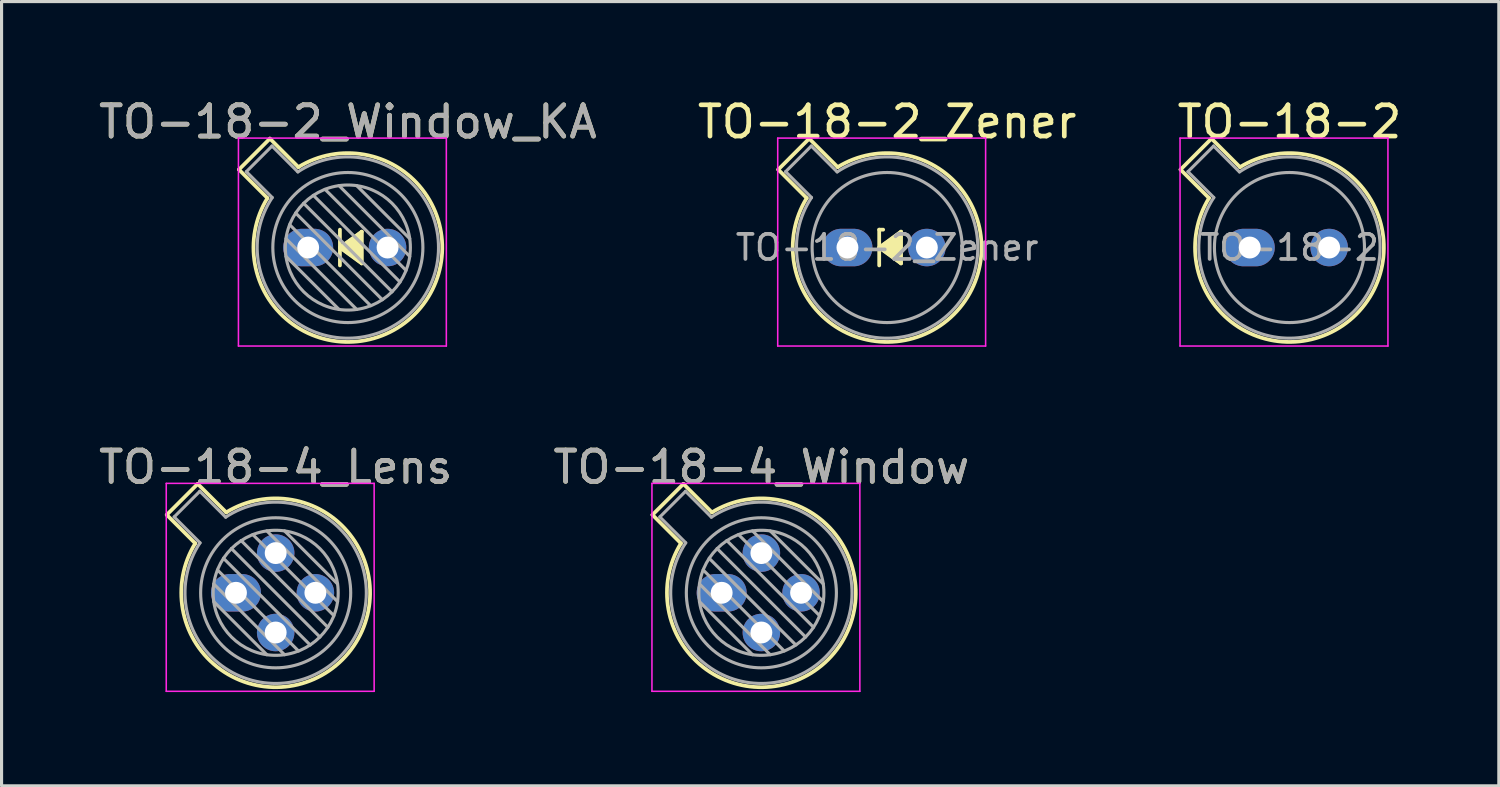
<source format=kicad_pcb>
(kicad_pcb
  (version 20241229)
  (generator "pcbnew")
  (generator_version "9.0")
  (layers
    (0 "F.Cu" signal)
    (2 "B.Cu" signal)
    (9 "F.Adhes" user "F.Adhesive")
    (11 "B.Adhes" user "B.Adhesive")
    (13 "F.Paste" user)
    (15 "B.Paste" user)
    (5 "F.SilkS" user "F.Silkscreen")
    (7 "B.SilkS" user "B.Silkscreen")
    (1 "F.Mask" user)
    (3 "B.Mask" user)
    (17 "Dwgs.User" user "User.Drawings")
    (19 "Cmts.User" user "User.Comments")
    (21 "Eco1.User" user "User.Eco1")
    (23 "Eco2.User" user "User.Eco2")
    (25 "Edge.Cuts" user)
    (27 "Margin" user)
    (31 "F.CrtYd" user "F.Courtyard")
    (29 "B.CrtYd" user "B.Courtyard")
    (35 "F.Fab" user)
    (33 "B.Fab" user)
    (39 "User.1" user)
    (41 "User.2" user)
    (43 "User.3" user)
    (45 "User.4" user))
  (footprint "TO-18-4_Window"
    (layer "F.Cu")
    (at 20.034 15.912)
    (property "Reference" "TO-18-4_Window" (at 1.27 -4.02 0) (layer "F.SilkS") (effects (font (size 1 1) (thickness 0.15))))
    (attr through_hole)
    (fp_line (start -2.214 -2.494) (end -1.302 -1.582) (stroke (width 0.12) (type solid)) (layer "F.SilkS"))
    (fp_line (start -1.224 -3.484) (end -2.214 -2.494) (stroke (width 0.12) (type solid)) (layer "F.SilkS"))
    (fp_line (start -0.312 -2.572) (end -1.224 -3.484) (stroke (width 0.12) (type solid)) (layer "F.SilkS"))
    (fp_arc (start -0.312331 -2.572281) (mid 3.405374 2.135551) (end -1.30215 -1.582544) (stroke (width 0.12) (type solid)) (layer "F.SilkS"))
    (fp_line (start -2.23 -3.5) (end -2.23 3.15) (stroke (width 0.05) (type solid)) (layer "F.CrtYd"))
    (fp_line (start -2.23 3.15) (end 4.42 3.15) (stroke (width 0.05) (type solid)) (layer "F.CrtYd"))
    (fp_line (start 4.42 -3.5) (end -2.23 -3.5) (stroke (width 0.05) (type solid)) (layer "F.CrtYd"))
    (fp_line (start 4.42 3.15) (end 4.42 -3.5) (stroke (width 0.05) (type solid)) (layer "F.CrtYd"))
    (fp_line (start -1.977 -2.426) (end -1.149 -1.599) (stroke (width 0.1) (type solid)) (layer "F.Fab"))
    (fp_line (start -1.156 -3.247) (end -1.977 -2.426) (stroke (width 0.1) (type solid)) (layer "F.Fab"))
    (fp_line (start -0.71 -0.283) (end 1.553 1.98) (stroke (width 0.1) (type solid)) (layer "F.Fab"))
    (fp_line (start -0.71 0.283) (end 0.987 1.98) (stroke (width 0.1) (type solid)) (layer "F.Fab"))
    (fp_line (start -0.592 -0.731) (end 2.001 1.862) (stroke (width 0.1) (type solid)) (layer "F.Fab"))
    (fp_line (start -0.399 -1.103) (end 2.373 1.669) (stroke (width 0.1) (type solid)) (layer "F.Fab"))
    (fp_line (start -0.329 -2.419) (end -1.156 -3.247) (stroke (width 0.1) (type solid)) (layer "F.Fab"))
    (fp_line (start -0.145 -1.415) (end 2.685 1.415) (stroke (width 0.1) (type solid)) (layer "F.Fab"))
    (fp_line (start 0.167 -1.669) (end 2.939 1.103) (stroke (width 0.1) (type solid)) (layer "F.Fab"))
    (fp_line (start 0.539 -1.862) (end 3.132 0.731) (stroke (width 0.1) (type solid)) (layer "F.Fab"))
    (fp_line (start 0.987 -1.98) (end 3.25 0.283) (stroke (width 0.1) (type solid)) (layer "F.Fab"))
    (fp_line (start 1.553 -1.98) (end 3.25 -0.283) (stroke (width 0.1) (type solid)) (layer "F.Fab"))
    (fp_arc (start -0.329057 -2.419301) (mid 3.321075 2.050145) (end -1.150029 -1.597956) (stroke (width 0.1) (type solid)) (layer "F.Fab"))
    (fp_circle (center 1.27 0) (end 3.27 0) (stroke (width 0.1) (type solid)) (fill no) (layer "F.Fab"))
    (fp_circle (center 1.27 0) (end 3.67 0) (stroke (width 0.1) (type solid)) (fill no) (layer "F.Fab"))
    (fp_text user "${REFERENCE}" (at 1.27 -4.02 0) (layer "F.Fab") (effects (font (size 1 1) (thickness 0.15))))
    (pad "1" thru_hole oval (at 0 0) (size 1.6 1.2) (drill 0.7) (layers "*.Cu" "*.Mask"))
    (pad "2" thru_hole oval (at 1.27 1.27) (size 1.2 1.2) (drill 0.7) (layers "*.Cu" "*.Mask"))
    (pad "3" thru_hole oval (at 2.54 0) (size 1.2 1.2) (drill 0.7) (layers "*.Cu" "*.Mask"))
    (pad "4" thru_hole oval (at 1.27 -1.27) (size 1.2 1.2) (drill 0.7) (layers "*.Cu" "*.Mask")))
  (footprint "TO-18-2"
    (layer "F.Cu")
    (at 36.926 4.868)
    (property "Reference" "TO-18-2" (at 1.27 -4.02 0) (layer "F.SilkS") (effects (font (size 1 1) (thickness 0.15))))
    (attr through_hole)
    (fp_line (start -2.214 -2.494) (end -1.302 -1.582) (stroke (width 0.12) (type solid)) (layer "F.SilkS"))
    (fp_line (start -1.224 -3.484) (end -2.214 -2.494) (stroke (width 0.12) (type solid)) (layer "F.SilkS"))
    (fp_line (start -0.312 -2.572) (end -1.224 -3.484) (stroke (width 0.12) (type solid)) (layer "F.SilkS"))
    (fp_arc (start -0.312331 -2.572281) (mid 3.405374 2.135551) (end -1.30215 -1.582544) (stroke (width 0.12) (type solid)) (layer "F.SilkS"))
    (fp_line (start -2.23 -3.5) (end -2.23 3.15) (stroke (width 0.05) (type solid)) (layer "F.CrtYd"))
    (fp_line (start -2.23 3.15) (end 4.42 3.15) (stroke (width 0.05) (type solid)) (layer "F.CrtYd"))
    (fp_line (start 4.42 -3.5) (end -2.23 -3.5) (stroke (width 0.05) (type solid)) (layer "F.CrtYd"))
    (fp_line (start 4.42 3.15) (end 4.42 -3.5) (stroke (width 0.05) (type solid)) (layer "F.CrtYd"))
    (fp_line (start -1.977 -2.426) (end -1.149 -1.599) (stroke (width 0.1) (type solid)) (layer "F.Fab"))
    (fp_line (start -1.156 -3.247) (end -1.977 -2.426) (stroke (width 0.1) (type solid)) (layer "F.Fab"))
    (fp_line (start -0.329 -2.419) (end -1.156 -3.247) (stroke (width 0.1) (type solid)) (layer "F.Fab"))
    (fp_arc (start -0.329057 -2.419301) (mid 3.321075 2.050145) (end -1.150029 -1.597956) (stroke (width 0.1) (type solid)) (layer "F.Fab"))
    (fp_circle (center 1.27 0) (end 3.67 0) (stroke (width 0.1) (type solid)) (fill no) (layer "F.Fab"))
    (fp_text user "${REFERENCE}" (at 1.27 0 0) (layer "F.Fab") (effects (font (size 0.8 0.8) (thickness 0.12))))
    (pad "1" thru_hole oval (at 0 0) (size 1.6 1.2) (drill 0.7) (layers "*.Cu" "*.Mask"))
    (pad "2" thru_hole oval (at 2.54 0) (size 1.2 1.2) (drill 0.7) (layers "*.Cu" "*.Mask")))
  (footprint "TO-18-2_Window_KA"
    (layer "F.Cu")
    (at 6.807 4.868)
    (property "Reference" "TO-18-2_Window_KA" (at 1.27 -4.02 0) (layer "F.SilkS") (effects (font (size 1 1) (thickness 0.15))))
    (attr through_hole)
    (fp_line (start -2.214 -2.494) (end -1.302 -1.582) (stroke (width 0.12) (type solid)) (layer "F.SilkS"))
    (fp_line (start -1.224 -3.484) (end -2.214 -2.494) (stroke (width 0.12) (type solid)) (layer "F.SilkS"))
    (fp_line (start -0.312 -2.572) (end -1.224 -3.484) (stroke (width 0.12) (type solid)) (layer "F.SilkS"))
    (fp_line (start 1.016 0) (end 1.714 -0.508) (stroke (width 0.12) (type solid)) (layer "F.SilkS"))
    (fp_line (start 1.016 0.572) (end 1.016 -0.572) (stroke (width 0.12) (type solid)) (layer "F.SilkS"))
    (fp_line (start 1.714 -0.508) (end 1.714 0.508) (stroke (width 0.12) (type solid)) (layer "F.SilkS"))
    (fp_line (start 1.714 0.508) (end 1.016 0) (stroke (width 0.12) (type solid)) (layer "F.SilkS"))
    (fp_arc (start -0.312331 -2.572281) (mid 3.405374 2.135551) (end -1.30215 -1.582544) (stroke (width 0.12) (type solid)) (layer "F.SilkS"))
    (fp_poly (pts (xy 1.016 0) (xy 1.714 -0.508) (xy 1.714 0.508)) (stroke (width 0.1) (type solid)) (fill yes) (layer "F.SilkS"))
    (fp_line (start -2.23 -3.5) (end -2.23 3.15) (stroke (width 0.05) (type solid)) (layer "F.CrtYd"))
    (fp_line (start -2.23 3.15) (end 4.42 3.15) (stroke (width 0.05) (type solid)) (layer "F.CrtYd"))
    (fp_line (start 4.42 -3.5) (end -2.23 -3.5) (stroke (width 0.05) (type solid)) (layer "F.CrtYd"))
    (fp_line (start 4.42 3.15) (end 4.42 -3.5) (stroke (width 0.05) (type solid)) (layer "F.CrtYd"))
    (fp_line (start -1.977 -2.426) (end -1.149 -1.599) (stroke (width 0.1) (type solid)) (layer "F.Fab"))
    (fp_line (start -1.156 -3.247) (end -1.977 -2.426) (stroke (width 0.1) (type solid)) (layer "F.Fab"))
    (fp_line (start -0.71 -0.283) (end 1.553 1.98) (stroke (width 0.1) (type solid)) (layer "F.Fab"))
    (fp_line (start -0.71 0.283) (end 0.987 1.98) (stroke (width 0.1) (type solid)) (layer "F.Fab"))
    (fp_line (start -0.592 -0.731) (end 2.001 1.862) (stroke (width 0.1) (type solid)) (layer "F.Fab"))
    (fp_line (start -0.399 -1.103) (end 2.373 1.669) (stroke (width 0.1) (type solid)) (layer "F.Fab"))
    (fp_line (start -0.329 -2.419) (end -1.156 -3.247) (stroke (width 0.1) (type solid)) (layer "F.Fab"))
    (fp_line (start -0.145 -1.415) (end 2.685 1.415) (stroke (width 0.1) (type solid)) (layer "F.Fab"))
    (fp_line (start 0.167 -1.669) (end 2.939 1.103) (stroke (width 0.1) (type solid)) (layer "F.Fab"))
    (fp_line (start 0.539 -1.862) (end 3.132 0.731) (stroke (width 0.1) (type solid)) (layer "F.Fab"))
    (fp_line (start 0.987 -1.98) (end 3.25 0.283) (stroke (width 0.1) (type solid)) (layer "F.Fab"))
    (fp_line (start 1.553 -1.98) (end 3.25 -0.283) (stroke (width 0.1) (type solid)) (layer "F.Fab"))
    (fp_arc (start -0.329057 -2.419301) (mid 3.321075 2.050145) (end -1.150029 -1.597956) (stroke (width 0.1) (type solid)) (layer "F.Fab"))
    (fp_circle (center 1.27 0) (end 3.27 0) (stroke (width 0.1) (type solid)) (fill no) (layer "F.Fab"))
    (fp_circle (center 1.27 0) (end 3.67 0) (stroke (width 0.1) (type solid)) (fill no) (layer "F.Fab"))
    (fp_text user "${REFERENCE}" (at 1.27 -4.02 0) (layer "F.Fab") (effects (font (size 1 1) (thickness 0.15))))
    (pad "1" thru_hole oval (at 0 0) (size 1.6 1.2) (drill 0.7) (layers "*.Cu" "*.Mask"))
    (pad "2" thru_hole oval (at 2.54 0) (size 1.2 1.2) (drill 0.7) (layers "*.Cu" "*.Mask")))
  (footprint "TO-18-4_Lens"
    (layer "F.Cu")
    (at 4.498 15.912)
    (property "Reference" "TO-18-4_Lens" (at 1.27 -4.02 0) (layer "F.SilkS") (effects (font (size 1 1) (thickness 0.15))))
    (attr through_hole)
    (fp_line (start -2.214 -2.494) (end -1.302 -1.582) (stroke (width 0.12) (type solid)) (layer "F.SilkS"))
    (fp_line (start -1.224 -3.484) (end -2.214 -2.494) (stroke (width 0.12) (type solid)) (layer "F.SilkS"))
    (fp_line (start -0.312 -2.572) (end -1.224 -3.484) (stroke (width 0.12) (type solid)) (layer "F.SilkS"))
    (fp_arc (start -0.312331 -2.572281) (mid 3.405374 2.135551) (end -1.30215 -1.582544) (stroke (width 0.12) (type solid)) (layer "F.SilkS"))
    (fp_line (start -2.23 -3.5) (end -2.23 3.15) (stroke (width 0.05) (type solid)) (layer "F.CrtYd"))
    (fp_line (start -2.23 3.15) (end 4.42 3.15) (stroke (width 0.05) (type solid)) (layer "F.CrtYd"))
    (fp_line (start 4.42 -3.5) (end -2.23 -3.5) (stroke (width 0.05) (type solid)) (layer "F.CrtYd"))
    (fp_line (start 4.42 3.15) (end 4.42 -3.5) (stroke (width 0.05) (type solid)) (layer "F.CrtYd"))
    (fp_line (start -1.977 -2.426) (end -1.149 -1.599) (stroke (width 0.1) (type solid)) (layer "F.Fab"))
    (fp_line (start -1.156 -3.247) (end -1.977 -2.426) (stroke (width 0.1) (type solid)) (layer "F.Fab"))
    (fp_line (start -0.71 -0.283) (end 1.553 1.98) (stroke (width 0.1) (type solid)) (layer "F.Fab"))
    (fp_line (start -0.71 0.283) (end 0.987 1.98) (stroke (width 0.1) (type solid)) (layer "F.Fab"))
    (fp_line (start -0.592 -0.731) (end 2.001 1.862) (stroke (width 0.1) (type solid)) (layer "F.Fab"))
    (fp_line (start -0.399 -1.103) (end 2.373 1.669) (stroke (width 0.1) (type solid)) (layer "F.Fab"))
    (fp_line (start -0.329 -2.419) (end -1.156 -3.247) (stroke (width 0.1) (type solid)) (layer "F.Fab"))
    (fp_line (start -0.145 -1.415) (end 2.685 1.415) (stroke (width 0.1) (type solid)) (layer "F.Fab"))
    (fp_line (start 0.167 -1.669) (end 2.939 1.103) (stroke (width 0.1) (type solid)) (layer "F.Fab"))
    (fp_line (start 0.539 -1.862) (end 3.132 0.731) (stroke (width 0.1) (type solid)) (layer "F.Fab"))
    (fp_line (start 0.987 -1.98) (end 3.25 0.283) (stroke (width 0.1) (type solid)) (layer "F.Fab"))
    (fp_line (start 1.553 -1.98) (end 3.25 -0.283) (stroke (width 0.1) (type solid)) (layer "F.Fab"))
    (fp_arc (start -0.329057 -2.419301) (mid 3.321075 2.050145) (end -1.150029 -1.597956) (stroke (width 0.1) (type solid)) (layer "F.Fab"))
    (fp_circle (center 1.27 0) (end 3.27 0) (stroke (width 0.1) (type solid)) (fill no) (layer "F.Fab"))
    (fp_circle (center 1.27 0) (end 3.67 0) (stroke (width 0.1) (type solid)) (fill no) (layer "F.Fab"))
    (fp_text user "${REFERENCE}" (at 1.27 -4.02 0) (layer "F.Fab") (effects (font (size 1 1) (thickness 0.15))))
    (pad "1" thru_hole oval (at 0 0) (size 1.6 1.2) (drill 0.7) (layers "*.Cu" "*.Mask"))
    (pad "2" thru_hole oval (at 1.27 1.27) (size 1.2 1.2) (drill 0.7) (layers "*.Cu" "*.Mask"))
    (pad "3" thru_hole oval (at 2.54 0) (size 1.2 1.2) (drill 0.7) (layers "*.Cu" "*.Mask"))
    (pad "4" thru_hole oval (at 1.27 -1.27) (size 1.2 1.2) (drill 0.7) (layers "*.Cu" "*.Mask")))
  (footprint "TO-18-2_Zener"
    (layer "F.Cu")
    (at 24.057 4.868)
    (property "Reference" "TO-18-2_Zener" (at 1.27 -4.02 0) (layer "F.SilkS") (effects (font (size 1 1) (thickness 0.15))))
    (attr through_hole)
    (fp_line (start -2.214 -2.494) (end -1.302 -1.582) (stroke (width 0.12) (type solid)) (layer "F.SilkS"))
    (fp_line (start -1.224 -3.484) (end -2.214 -2.494) (stroke (width 0.12) (type solid)) (layer "F.SilkS"))
    (fp_line (start -0.312 -2.572) (end -1.224 -3.484) (stroke (width 0.12) (type solid)) (layer "F.SilkS"))
    (fp_line (start 1.016 -0.572) (end 1.143 -0.572) (stroke (width 0.12) (type solid)) (layer "F.SilkS"))
    (fp_line (start 1.016 0) (end 1.714 -0.508) (stroke (width 0.12) (type solid)) (layer "F.SilkS"))
    (fp_line (start 1.016 0.572) (end 1.016 -0.572) (stroke (width 0.12) (type solid)) (layer "F.SilkS"))
    (fp_line (start 1.714 -0.508) (end 1.714 0.508) (stroke (width 0.12) (type solid)) (layer "F.SilkS"))
    (fp_line (start 1.714 0.508) (end 1.016 0) (stroke (width 0.12) (type solid)) (layer "F.SilkS"))
    (fp_arc (start -0.312331 -2.572281) (mid 3.405374 2.135551) (end -1.30215 -1.582544) (stroke (width 0.12) (type solid)) (layer "F.SilkS"))
    (fp_poly (pts (xy 1.016 0) (xy 1.714 -0.508) (xy 1.714 0.508)) (stroke (width 0.1) (type solid)) (fill yes) (layer "F.SilkS"))
    (fp_line (start -2.23 -3.5) (end -2.23 3.15) (stroke (width 0.05) (type solid)) (layer "F.CrtYd"))
    (fp_line (start -2.23 3.15) (end 4.42 3.15) (stroke (width 0.05) (type solid)) (layer "F.CrtYd"))
    (fp_line (start 4.42 -3.5) (end -2.23 -3.5) (stroke (width 0.05) (type solid)) (layer "F.CrtYd"))
    (fp_line (start 4.42 3.15) (end 4.42 -3.5) (stroke (width 0.05) (type solid)) (layer "F.CrtYd"))
    (fp_line (start -1.977 -2.426) (end -1.149 -1.599) (stroke (width 0.1) (type solid)) (layer "F.Fab"))
    (fp_line (start -1.156 -3.247) (end -1.977 -2.426) (stroke (width 0.1) (type solid)) (layer "F.Fab"))
    (fp_line (start -0.329 -2.419) (end -1.156 -3.247) (stroke (width 0.1) (type solid)) (layer "F.Fab"))
    (fp_arc (start -0.329057 -2.419301) (mid 3.321075 2.050145) (end -1.150029 -1.597956) (stroke (width 0.1) (type solid)) (layer "F.Fab"))
    (fp_circle (center 1.27 0) (end 3.67 0) (stroke (width 0.1) (type solid)) (fill no) (layer "F.Fab"))
    (fp_text user "${REFERENCE}" (at 1.27 0 0) (layer "F.Fab") (effects (font (size 0.8 0.8) (thickness 0.12))))
    (pad "1" thru_hole oval (at 0 0) (size 1.6 1.2) (drill 0.7) (layers "*.Cu" "*.Mask"))
    (pad "2" thru_hole oval (at 2.54 0) (size 1.2 1.2) (drill 0.7) (layers "*.Cu" "*.Mask")))
  (gr_rect
    (start -3 -3)
    (end 44.893 22.087)
    (stroke (width 0.1) (type default))
    (fill no)
    (layer "Edge.Cuts")))
</source>
